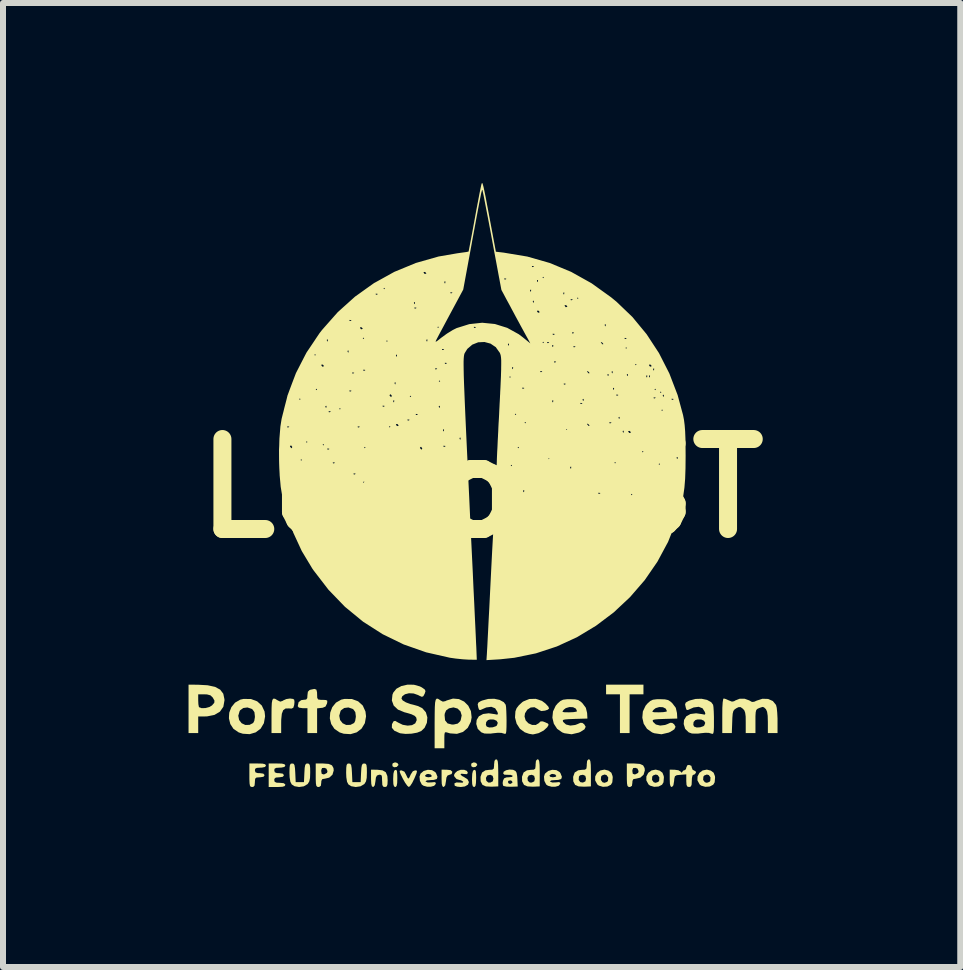
<source format=kicad_pcb>
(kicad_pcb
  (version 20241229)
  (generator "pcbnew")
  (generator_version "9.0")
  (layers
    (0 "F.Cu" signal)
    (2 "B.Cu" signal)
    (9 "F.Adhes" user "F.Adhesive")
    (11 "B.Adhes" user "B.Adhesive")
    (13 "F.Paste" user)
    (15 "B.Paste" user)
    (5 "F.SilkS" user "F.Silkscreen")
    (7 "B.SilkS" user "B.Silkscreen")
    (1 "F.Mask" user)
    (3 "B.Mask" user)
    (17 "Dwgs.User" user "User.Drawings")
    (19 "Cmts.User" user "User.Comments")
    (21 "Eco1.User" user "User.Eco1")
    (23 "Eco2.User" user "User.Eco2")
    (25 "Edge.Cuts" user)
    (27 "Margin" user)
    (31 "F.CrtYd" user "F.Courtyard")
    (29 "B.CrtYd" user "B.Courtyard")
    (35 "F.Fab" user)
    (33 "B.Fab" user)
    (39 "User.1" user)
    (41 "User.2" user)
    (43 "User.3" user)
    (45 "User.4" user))
  (footprint "LogoPST"
    (layer "F.Cu")
    (at 4.979 5.09)
    (property "Reference" "LogoPST" (at 0 0 0) (layer "F.SilkS") (effects (font (size 1.5 1.5) (thickness 0.3))))
    (attr board_only exclude_from_pos_files exclude_from_bom)
    (fp_poly (pts (xy -1.406 4.578) (xy -1.387 4.605) (xy -1.389 4.616) (xy -1.417 4.645) (xy -1.459 4.65) (xy -1.487 4.632) (xy -1.488 4.595) (xy -1.479 4.582) (xy -1.444 4.568)) (stroke (width 0) (type solid)) (fill yes) (layer "F.SilkS"))
    (fp_poly (pts (xy -0.092 4.578) (xy -0.074 4.605) (xy -0.075 4.616) (xy -0.103 4.645) (xy -0.145 4.65) (xy -0.173 4.632) (xy -0.174 4.595) (xy -0.165 4.582) (xy -0.13 4.568)) (stroke (width 0) (type solid)) (fill yes) (layer "F.SilkS"))
    (fp_poly (pts (xy -1.422 4.694) (xy -1.411 4.719) (xy -1.407 4.776) (xy -1.406 4.829) (xy -1.408 4.913) (xy -1.417 4.96) (xy -1.433 4.978) (xy -1.441 4.979) (xy -1.461 4.968) (xy -1.472 4.93) (xy -1.475 4.856) (xy -1.475 4.843) (xy -1.471 4.758) (xy -1.459 4.71) (xy -1.441 4.694)) (stroke (width 0) (type solid)) (fill yes) (layer "F.SilkS"))
    (fp_poly (pts (xy -0.108 4.694) (xy -0.097 4.719) (xy -0.093 4.776) (xy -0.092 4.829) (xy -0.095 4.913) (xy -0.103 4.96) (xy -0.119 4.978) (xy -0.127 4.979) (xy -0.147 4.968) (xy -0.158 4.93) (xy -0.161 4.856) (xy -0.161 4.843) (xy -0.157 4.758) (xy -0.145 4.71) (xy -0.127 4.694)) (stroke (width 0) (type solid)) (fill yes) (layer "F.SilkS"))
    (fp_poly (pts (xy 2.697 3.354) (xy 2.697 3.434) (xy 2.581 3.434) (xy 2.466 3.434) (xy 2.466 3.757) (xy 2.466 4.08) (xy 2.386 4.08) (xy 2.305 4.08) (xy 2.305 3.757) (xy 2.305 3.434) (xy 2.19 3.434) (xy 2.074 3.434) (xy 2.074 3.354) (xy 2.074 3.273) (xy 2.386 3.273) (xy 2.697 3.273)) (stroke (width 0) (type solid)) (fill yes) (layer "F.SilkS"))
    (fp_poly (pts (xy -0.582 4.691) (xy -0.518 4.698) (xy -0.491 4.722) (xy -0.489 4.729) (xy -0.501 4.763) (xy -0.535 4.775) (xy -0.569 4.788) (xy -0.587 4.821) (xy -0.595 4.881) (xy -0.607 4.951) (xy -0.63 4.978) (xy -0.635 4.979) (xy -0.654 4.967) (xy -0.665 4.927) (xy -0.668 4.85) (xy -0.668 4.835) (xy -0.668 4.69)) (stroke (width 0) (type solid)) (fill yes) (layer "F.SilkS"))
    (fp_poly (pts (xy -1.086 4.704) (xy -1.078 4.717) (xy -1.086 4.751) (xy -1.112 4.814) (xy -1.123 4.84) (xy -1.158 4.911) (xy -1.191 4.961) (xy -1.214 4.979) (xy -1.239 4.959) (xy -1.275 4.909) (xy -1.314 4.84) (xy -1.35 4.767) (xy -1.366 4.726) (xy -1.364 4.707) (xy -1.346 4.702) (xy -1.335 4.702) (xy -1.288 4.723) (xy -1.261 4.771) (xy -1.239 4.819) (xy -1.222 4.84) (xy -1.222 4.84) (xy -1.205 4.821) (xy -1.184 4.775) (xy -1.183 4.771) (xy -1.147 4.716) (xy -1.11 4.702)) (stroke (width 0) (type solid)) (fill yes) (layer "F.SilkS"))
    (fp_poly (pts (xy -3.143 3.511) (xy -3.125 3.524) (xy -3.12 3.56) (xy -3.125 3.612) (xy -3.14 3.658) (xy -3.17 3.672) (xy -3.21 3.669) (xy -3.268 3.67) (xy -3.308 3.698) (xy -3.331 3.758) (xy -3.341 3.855) (xy -3.342 3.911) (xy -3.342 4.08) (xy -3.423 4.08) (xy -3.503 4.08) (xy -3.503 3.792) (xy -3.502 3.664) (xy -3.498 3.577) (xy -3.488 3.526) (xy -3.47 3.505) (xy -3.443 3.509) (xy -3.403 3.533) (xy -3.398 3.536) (xy -3.357 3.556) (xy -3.319 3.544) (xy -3.308 3.536) (xy -3.256 3.513) (xy -3.195 3.504)) (stroke (width 0) (type solid)) (fill yes) (layer "F.SilkS"))
    (fp_poly (pts (xy -1.743 4.691) (xy -1.653 4.701) (xy -1.598 4.733) (xy -1.572 4.796) (xy -1.567 4.866) (xy -1.57 4.934) (xy -1.581 4.968) (xy -1.604 4.978) (xy -1.613 4.979) (xy -1.642 4.972) (xy -1.656 4.944) (xy -1.659 4.883) (xy -1.66 4.873) (xy -1.662 4.809) (xy -1.672 4.78) (xy -1.697 4.774) (xy -1.711 4.775) (xy -1.746 4.788) (xy -1.763 4.822) (xy -1.77 4.881) (xy -1.782 4.951) (xy -1.805 4.978) (xy -1.811 4.979) (xy -1.83 4.967) (xy -1.84 4.927) (xy -1.844 4.85) (xy -1.844 4.835) (xy -1.844 4.69)) (stroke (width 0) (type solid)) (fill yes) (layer "F.SilkS"))
    (fp_poly (pts (xy 2.114 4.706) (xy 2.162 4.741) (xy 2.182 4.796) (xy 2.185 4.82) (xy 2.178 4.901) (xy 2.155 4.941) (xy 2.096 4.971) (xy 2.022 4.976) (xy 1.954 4.956) (xy 1.928 4.936) (xy 1.892 4.869) (xy 1.892 4.861) (xy 1.987 4.861) (xy 2.015 4.9) (xy 2.048 4.909) (xy 2.091 4.894) (xy 2.106 4.875) (xy 2.11 4.819) (xy 2.081 4.78) (xy 2.048 4.771) (xy 2.005 4.787) (xy 1.991 4.806) (xy 1.987 4.861) (xy 1.892 4.861) (xy 1.893 4.802) (xy 1.924 4.743) (xy 1.979 4.703) (xy 2.048 4.689)) (stroke (width 0) (type solid)) (fill yes) (layer "F.SilkS"))
    (fp_poly (pts (xy 2.967 4.706) (xy 3.014 4.741) (xy 3.035 4.796) (xy 3.038 4.82) (xy 3.031 4.901) (xy 3.007 4.941) (xy 2.949 4.971) (xy 2.875 4.976) (xy 2.807 4.956) (xy 2.781 4.936) (xy 2.745 4.869) (xy 2.745 4.861) (xy 2.84 4.861) (xy 2.868 4.9) (xy 2.901 4.909) (xy 2.944 4.894) (xy 2.959 4.875) (xy 2.962 4.819) (xy 2.934 4.78) (xy 2.901 4.771) (xy 2.858 4.787) (xy 2.843 4.806) (xy 2.84 4.861) (xy 2.745 4.861) (xy 2.746 4.802) (xy 2.777 4.743) (xy 2.832 4.703) (xy 2.901 4.689)) (stroke (width 0) (type solid)) (fill yes) (layer "F.SilkS"))
    (fp_poly (pts (xy 3.82 4.706) (xy 3.867 4.741) (xy 3.888 4.796) (xy 3.891 4.82) (xy 3.884 4.901) (xy 3.86 4.941) (xy 3.802 4.971) (xy 3.728 4.976) (xy 3.659 4.956) (xy 3.634 4.936) (xy 3.597 4.869) (xy 3.597 4.861) (xy 3.692 4.861) (xy 3.721 4.9) (xy 3.754 4.909) (xy 3.797 4.894) (xy 3.811 4.875) (xy 3.815 4.819) (xy 3.787 4.78) (xy 3.754 4.771) (xy 3.711 4.787) (xy 3.696 4.806) (xy 3.692 4.861) (xy 3.597 4.861) (xy 3.599 4.802) (xy 3.63 4.743) (xy 3.684 4.703) (xy 3.754 4.689)) (stroke (width 0) (type solid)) (fill yes) (layer "F.SilkS"))
    (fp_poly (pts (xy -2.879 4.592) (xy -2.865 4.613) (xy -2.859 4.662) (xy -2.858 4.737) (xy -2.861 4.827) (xy -2.873 4.885) (xy -2.897 4.925) (xy -2.904 4.932) (xy -2.966 4.968) (xy -3.044 4.979) (xy -3.119 4.966) (xy -3.166 4.936) (xy -3.189 4.892) (xy -3.201 4.817) (xy -3.204 4.741) (xy -3.202 4.658) (xy -3.196 4.612) (xy -3.182 4.591) (xy -3.159 4.587) (xy -3.134 4.592) (xy -3.12 4.615) (xy -3.112 4.665) (xy -3.107 4.742) (xy -3.1 4.898) (xy -3.031 4.898) (xy -2.962 4.898) (xy -2.955 4.742) (xy -2.95 4.659) (xy -2.941 4.612) (xy -2.926 4.591) (xy -2.903 4.587)) (stroke (width 0) (type solid)) (fill yes) (layer "F.SilkS"))
    (fp_poly (pts (xy -1.934 4.592) (xy -1.92 4.613) (xy -1.914 4.662) (xy -1.913 4.737) (xy -1.916 4.827) (xy -1.928 4.885) (xy -1.952 4.925) (xy -1.959 4.932) (xy -2.021 4.968) (xy -2.099 4.979) (xy -2.174 4.966) (xy -2.221 4.936) (xy -2.244 4.892) (xy -2.256 4.817) (xy -2.259 4.741) (xy -2.257 4.658) (xy -2.251 4.612) (xy -2.237 4.591) (xy -2.214 4.587) (xy -2.189 4.592) (xy -2.175 4.615) (xy -2.167 4.665) (xy -2.162 4.742) (xy -2.155 4.898) (xy -2.086 4.898) (xy -2.017 4.898) (xy -2.01 4.742) (xy -2.005 4.659) (xy -1.996 4.612) (xy -1.981 4.591) (xy -1.958 4.587)) (stroke (width 0) (type solid)) (fill yes) (layer "F.SilkS"))
    (fp_poly (pts (xy -0.291 4.692) (xy -0.246 4.711) (xy -0.23 4.742) (xy -0.244 4.765) (xy -0.285 4.763) (xy -0.338 4.757) (xy -0.353 4.771) (xy -0.325 4.797) (xy -0.3 4.809) (xy -0.235 4.851) (xy -0.212 4.897) (xy -0.228 4.94) (xy -0.28 4.97) (xy -0.347 4.979) (xy -0.408 4.973) (xy -0.446 4.959) (xy -0.449 4.956) (xy -0.455 4.92) (xy -0.422 4.903) (xy -0.367 4.905) (xy -0.317 4.907) (xy -0.307 4.893) (xy -0.309 4.889) (xy -0.344 4.867) (xy -0.366 4.863) (xy -0.419 4.846) (xy -0.455 4.804) (xy -0.461 4.779) (xy -0.443 4.746) (xy -0.406 4.713) (xy -0.349 4.692)) (stroke (width 0) (type solid)) (fill yes) (layer "F.SilkS"))
    (fp_poly (pts (xy -3.654 4.589) (xy -3.611 4.599) (xy -3.596 4.617) (xy -3.596 4.621) (xy -3.611 4.645) (xy -3.661 4.655) (xy -3.688 4.656) (xy -3.748 4.66) (xy -3.775 4.675) (xy -3.78 4.702) (xy -3.771 4.734) (xy -3.736 4.747) (xy -3.699 4.748) (xy -3.64 4.756) (xy -3.619 4.78) (xy -3.619 4.783) (xy -3.636 4.808) (xy -3.692 4.817) (xy -3.699 4.817) (xy -3.753 4.821) (xy -3.776 4.841) (xy -3.78 4.892) (xy -3.78 4.898) (xy -3.785 4.954) (xy -3.805 4.976) (xy -3.826 4.979) (xy -3.849 4.975) (xy -3.862 4.958) (xy -3.869 4.919) (xy -3.872 4.848) (xy -3.872 4.783) (xy -3.872 4.587) (xy -3.734 4.587)) (stroke (width 0) (type solid)) (fill yes) (layer "F.SilkS"))
    (fp_poly (pts (xy -2.551 4.594) (xy -2.495 4.618) (xy -2.47 4.663) (xy -2.466 4.703) (xy -2.487 4.774) (xy -2.541 4.823) (xy -2.612 4.84) (xy -2.656 4.847) (xy -2.672 4.877) (xy -2.674 4.909) (xy -2.681 4.96) (xy -2.708 4.978) (xy -2.72 4.979) (xy -2.742 4.975) (xy -2.756 4.958) (xy -2.763 4.919) (xy -2.766 4.848) (xy -2.766 4.783) (xy -2.766 4.714) (xy -2.674 4.714) (xy -2.667 4.758) (xy -2.638 4.769) (xy -2.622 4.767) (xy -2.578 4.744) (xy -2.57 4.714) (xy -2.589 4.672) (xy -2.622 4.66) (xy -2.66 4.663) (xy -2.673 4.695) (xy -2.674 4.714) (xy -2.766 4.714) (xy -2.766 4.587) (xy -2.644 4.587)) (stroke (width 0) (type solid)) (fill yes) (layer "F.SilkS"))
    (fp_poly (pts (xy 2.635 4.594) (xy 2.691 4.618) (xy 2.716 4.663) (xy 2.72 4.703) (xy 2.699 4.774) (xy 2.645 4.823) (xy 2.574 4.84) (xy 2.53 4.847) (xy 2.514 4.877) (xy 2.512 4.909) (xy 2.505 4.96) (xy 2.478 4.978) (xy 2.466 4.979) (xy 2.444 4.975) (xy 2.43 4.958) (xy 2.423 4.919) (xy 2.42 4.848) (xy 2.42 4.783) (xy 2.42 4.714) (xy 2.512 4.714) (xy 2.519 4.758) (xy 2.548 4.769) (xy 2.564 4.767) (xy 2.608 4.744) (xy 2.616 4.714) (xy 2.597 4.672) (xy 2.564 4.66) (xy 2.526 4.663) (xy 2.513 4.695) (xy 2.512 4.714) (xy 2.42 4.714) (xy 2.42 4.587) (xy 2.542 4.587)) (stroke (width 0) (type solid)) (fill yes) (layer "F.SilkS"))
    (fp_poly (pts (xy -2.755 3.356) (xy -2.744 3.4) (xy -2.743 3.434) (xy -2.741 3.493) (xy -2.725 3.52) (xy -2.683 3.526) (xy -2.653 3.526) (xy -2.595 3.529) (xy -2.573 3.541) (xy -2.575 3.574) (xy -2.579 3.59) (xy -2.603 3.638) (xy -2.65 3.658) (xy -2.669 3.66) (xy -2.743 3.668) (xy -2.743 3.874) (xy -2.743 4.08) (xy -2.824 4.08) (xy -2.904 4.08) (xy -2.904 3.872) (xy -2.904 3.665) (xy -2.985 3.665) (xy -3.046 3.656) (xy -3.066 3.632) (xy -3.051 3.564) (xy -3.007 3.531) (xy -2.971 3.526) (xy -2.925 3.521) (xy -2.907 3.497) (xy -2.904 3.449) (xy -2.897 3.391) (xy -2.869 3.363) (xy -2.852 3.357) (xy -2.788 3.344)) (stroke (width 0) (type solid)) (fill yes) (layer "F.SilkS"))
    (fp_poly (pts (xy 0.258 4.525) (xy 0.269 4.554) (xy 0.274 4.61) (xy 0.276 4.702) (xy 0.277 4.743) (xy 0.277 4.969) (xy 0.163 4.974) (xy 0.071 4.969) (xy 0.016 4.945) (xy 0.013 4.942) (xy -0.017 4.884) (xy -0.019 4.827) (xy 0.071 4.827) (xy 0.078 4.876) (xy 0.11 4.904) (xy 0.144 4.905) (xy 0.185 4.885) (xy 0.196 4.84) (xy 0.183 4.793) (xy 0.144 4.775) (xy 0.095 4.786) (xy 0.071 4.827) (xy -0.019 4.827) (xy -0.019 4.809) (xy 0.006 4.74) (xy 0.009 4.736) (xy 0.063 4.701) (xy 0.124 4.693) (xy 0.178 4.69) (xy 0.202 4.672) (xy 0.207 4.626) (xy 0.207 4.605) (xy 0.214 4.543) (xy 0.234 4.519) (xy 0.242 4.518)) (stroke (width 0) (type solid)) (fill yes) (layer "F.SilkS"))
    (fp_poly (pts (xy 0.95 4.525) (xy 0.96 4.554) (xy 0.966 4.61) (xy 0.968 4.702) (xy 0.968 4.743) (xy 0.968 4.969) (xy 0.854 4.974) (xy 0.763 4.969) (xy 0.708 4.945) (xy 0.705 4.942) (xy 0.674 4.884) (xy 0.673 4.827) (xy 0.763 4.827) (xy 0.77 4.876) (xy 0.802 4.904) (xy 0.835 4.905) (xy 0.877 4.885) (xy 0.887 4.84) (xy 0.875 4.793) (xy 0.835 4.775) (xy 0.786 4.786) (xy 0.763 4.827) (xy 0.673 4.827) (xy 0.672 4.809) (xy 0.698 4.74) (xy 0.7 4.736) (xy 0.755 4.701) (xy 0.816 4.693) (xy 0.87 4.69) (xy 0.893 4.672) (xy 0.899 4.626) (xy 0.899 4.605) (xy 0.905 4.543) (xy 0.926 4.519) (xy 0.933 4.518)) (stroke (width 0) (type solid)) (fill yes) (layer "F.SilkS"))
    (fp_poly (pts (xy 1.803 4.525) (xy 1.813 4.554) (xy 1.819 4.61) (xy 1.821 4.702) (xy 1.821 4.743) (xy 1.821 4.969) (xy 1.707 4.974) (xy 1.615 4.969) (xy 1.56 4.945) (xy 1.557 4.942) (xy 1.527 4.884) (xy 1.527 4.861) (xy 1.617 4.861) (xy 1.645 4.898) (xy 1.688 4.905) (xy 1.729 4.885) (xy 1.74 4.84) (xy 1.728 4.793) (xy 1.688 4.775) (xy 1.64 4.784) (xy 1.622 4.804) (xy 1.617 4.861) (xy 1.527 4.861) (xy 1.525 4.809) (xy 1.55 4.74) (xy 1.553 4.736) (xy 1.608 4.701) (xy 1.668 4.693) (xy 1.723 4.69) (xy 1.746 4.672) (xy 1.752 4.626) (xy 1.752 4.605) (xy 1.758 4.543) (xy 1.779 4.519) (xy 1.786 4.518)) (stroke (width 0) (type solid)) (fill yes) (layer "F.SilkS"))
    (fp_poly (pts (xy -3.331 4.589) (xy -3.288 4.599) (xy -3.273 4.617) (xy -3.273 4.621) (xy -3.288 4.645) (xy -3.339 4.655) (xy -3.365 4.656) (xy -3.425 4.66) (xy -3.452 4.675) (xy -3.457 4.702) (xy -3.448 4.734) (xy -3.413 4.747) (xy -3.377 4.748) (xy -3.317 4.756) (xy -3.296 4.78) (xy -3.296 4.783) (xy -3.314 4.808) (xy -3.369 4.817) (xy -3.377 4.817) (xy -3.432 4.822) (xy -3.455 4.843) (xy -3.457 4.863) (xy -3.45 4.893) (xy -3.418 4.907) (xy -3.365 4.909) (xy -3.301 4.915) (xy -3.275 4.934) (xy -3.273 4.944) (xy -3.284 4.964) (xy -3.321 4.975) (xy -3.395 4.979) (xy -3.411 4.979) (xy -3.55 4.979) (xy -3.55 4.783) (xy -3.55 4.587) (xy -3.411 4.587)) (stroke (width 0) (type solid)) (fill yes) (layer "F.SilkS"))
    (fp_poly (pts (xy 0.521 4.692) (xy 0.53 4.695) (xy 0.564 4.712) (xy 0.582 4.741) (xy 0.592 4.797) (xy 0.595 4.843) (xy 0.601 4.971) (xy 0.487 4.975) (xy 0.417 4.973) (xy 0.369 4.963) (xy 0.357 4.955) (xy 0.35 4.915) (xy 0.352 4.898) (xy 0.438 4.898) (xy 0.454 4.924) (xy 0.486 4.926) (xy 0.512 4.905) (xy 0.514 4.898) (xy 0.499 4.875) (xy 0.478 4.868) (xy 0.444 4.877) (xy 0.438 4.898) (xy 0.352 4.898) (xy 0.356 4.874) (xy 0.374 4.835) (xy 0.413 4.819) (xy 0.451 4.817) (xy 0.506 4.811) (xy 0.518 4.794) (xy 0.517 4.792) (xy 0.485 4.777) (xy 0.436 4.776) (xy 0.38 4.774) (xy 0.359 4.755) (xy 0.367 4.724) (xy 0.407 4.7) (xy 0.463 4.688)) (stroke (width 0) (type solid)) (fill yes) (layer "F.SilkS"))
    (fp_poly (pts (xy -4.731 3.274) (xy -4.568 3.283) (xy -4.444 3.31) (xy -4.359 3.356) (xy -4.307 3.424) (xy -4.288 3.515) (xy -4.287 3.534) (xy -4.306 3.642) (xy -4.363 3.723) (xy -4.454 3.777) (xy -4.578 3.802) (xy -4.621 3.803) (xy -4.725 3.803) (xy -4.725 3.941) (xy -4.725 4.08) (xy -4.806 4.08) (xy -4.886 4.08) (xy -4.886 3.676) (xy -4.886 3.434) (xy -4.725 3.434) (xy -4.725 3.534) (xy -4.722 3.599) (xy -4.714 3.642) (xy -4.71 3.649) (xy -4.667 3.665) (xy -4.603 3.663) (xy -4.537 3.645) (xy -4.495 3.619) (xy -4.457 3.575) (xy -4.454 3.539) (xy -4.482 3.489) (xy -4.484 3.486) (xy -4.521 3.451) (xy -4.577 3.436) (xy -4.623 3.434) (xy -4.725 3.434) (xy -4.886 3.434) (xy -4.886 3.273)) (stroke (width 0) (type solid)) (fill yes) (layer "F.SilkS"))
    (fp_poly (pts (xy -3.846 3.512) (xy -3.742 3.551) (xy -3.665 3.621) (xy -3.619 3.72) (xy -3.61 3.801) (xy -3.63 3.915) (xy -3.684 4.006) (xy -3.766 4.068) (xy -3.867 4.098) (xy -3.981 4.091) (xy -4.05 4.069) (xy -4.137 4.01) (xy -4.19 3.929) (xy -4.213 3.835) (xy -4.211 3.791) (xy -4.057 3.791) (xy -4.043 3.862) (xy -4.001 3.916) (xy -3.94 3.945) (xy -3.869 3.943) (xy -3.809 3.912) (xy -3.79 3.876) (xy -3.78 3.815) (xy -3.78 3.801) (xy -3.788 3.731) (xy -3.819 3.687) (xy -3.835 3.676) (xy -3.904 3.653) (xy -3.973 3.662) (xy -4.026 3.7) (xy -4.034 3.712) (xy -4.057 3.791) (xy -4.211 3.791) (xy -4.207 3.738) (xy -4.172 3.648) (xy -4.111 3.573) (xy -4.024 3.523) (xy -3.971 3.511)) (stroke (width 0) (type solid)) (fill yes) (layer "F.SilkS"))
    (fp_poly (pts (xy -2.163 3.512) (xy -2.059 3.551) (xy -1.982 3.621) (xy -1.937 3.72) (xy -1.927 3.801) (xy -1.947 3.915) (xy -2.002 4.006) (xy -2.083 4.068) (xy -2.185 4.098) (xy -2.299 4.091) (xy -2.368 4.069) (xy -2.454 4.01) (xy -2.508 3.929) (xy -2.531 3.835) (xy -2.528 3.791) (xy -2.374 3.791) (xy -2.36 3.862) (xy -2.318 3.916) (xy -2.258 3.945) (xy -2.187 3.943) (xy -2.126 3.912) (xy -2.108 3.876) (xy -2.098 3.815) (xy -2.097 3.801) (xy -2.106 3.731) (xy -2.137 3.687) (xy -2.153 3.676) (xy -2.221 3.653) (xy -2.291 3.662) (xy -2.344 3.7) (xy -2.352 3.712) (xy -2.374 3.791) (xy -2.528 3.791) (xy -2.524 3.738) (xy -2.49 3.648) (xy -2.429 3.573) (xy -2.342 3.523) (xy -2.288 3.511)) (stroke (width 0) (type solid)) (fill yes) (layer "F.SilkS"))
    (fp_poly (pts (xy -0.827 4.698) (xy -0.772 4.732) (xy -0.76 4.749) (xy -0.736 4.81) (xy -0.748 4.846) (xy -0.799 4.861) (xy -0.843 4.863) (xy -0.91 4.868) (xy -0.934 4.881) (xy -0.932 4.889) (xy -0.899 4.904) (xy -0.838 4.902) (xy -0.837 4.902) (xy -0.784 4.897) (xy -0.765 4.908) (xy -0.765 4.928) (xy -0.792 4.959) (xy -0.845 4.974) (xy -0.91 4.974) (xy -0.969 4.958) (xy -0.998 4.938) (xy -1.029 4.877) (xy -1.036 4.806) (xy -1.029 4.787) (xy -0.944 4.787) (xy -0.933 4.808) (xy -0.889 4.817) (xy -0.887 4.817) (xy -0.844 4.81) (xy -0.83 4.796) (xy -0.849 4.77) (xy -0.891 4.761) (xy -0.916 4.765) (xy -0.944 4.787) (xy -1.029 4.787) (xy -1.02 4.757) (xy -0.967 4.712) (xy -0.897 4.692)) (stroke (width 0) (type solid)) (fill yes) (layer "F.SilkS"))
    (fp_poly (pts (xy 1.247 4.698) (xy 1.302 4.732) (xy 1.314 4.749) (xy 1.338 4.81) (xy 1.326 4.846) (xy 1.276 4.861) (xy 1.232 4.863) (xy 1.164 4.868) (xy 1.14 4.881) (xy 1.142 4.889) (xy 1.176 4.904) (xy 1.237 4.902) (xy 1.238 4.902) (xy 1.29 4.897) (xy 1.31 4.908) (xy 1.309 4.928) (xy 1.283 4.959) (xy 1.229 4.974) (xy 1.164 4.974) (xy 1.105 4.958) (xy 1.076 4.938) (xy 1.045 4.877) (xy 1.039 4.806) (xy 1.045 4.787) (xy 1.13 4.787) (xy 1.141 4.808) (xy 1.186 4.817) (xy 1.187 4.817) (xy 1.23 4.81) (xy 1.245 4.796) (xy 1.226 4.77) (xy 1.183 4.761) (xy 1.158 4.765) (xy 1.13 4.787) (xy 1.045 4.787) (xy 1.055 4.757) (xy 1.108 4.712) (xy 1.177 4.692)) (stroke (width 0) (type solid)) (fill yes) (layer "F.SilkS"))
    (fp_poly (pts (xy 1.004 3.543) (xy 1.061 3.585) (xy 1.111 3.638) (xy 1.124 3.67) (xy 1.101 3.691) (xy 1.056 3.706) (xy 0.995 3.713) (xy 0.951 3.693) (xy 0.938 3.681) (xy 0.88 3.649) (xy 0.817 3.654) (xy 0.761 3.69) (xy 0.723 3.75) (xy 0.715 3.804) (xy 0.733 3.868) (xy 0.779 3.917) (xy 0.84 3.944) (xy 0.902 3.945) (xy 0.954 3.914) (xy 0.958 3.909) (xy 0.983 3.885) (xy 1.018 3.885) (xy 1.058 3.9) (xy 1.106 3.922) (xy 1.116 3.943) (xy 1.096 3.978) (xy 1.092 3.984) (xy 1.033 4.038) (xy 0.95 4.081) (xy 0.864 4.101) (xy 0.848 4.102) (xy 0.79 4.092) (xy 0.723 4.069) (xy 0.721 4.069) (xy 0.639 4.01) (xy 0.583 3.923) (xy 0.556 3.821) (xy 0.563 3.717) (xy 0.583 3.665) (xy 0.621 3.616) (xy 0.678 3.564) (xy 0.692 3.554) (xy 0.792 3.512) (xy 0.901 3.509)) (stroke (width 0) (type solid)) (fill yes) (layer "F.SilkS"))
    (fp_poly (pts (xy 3.496 4.626) (xy 3.503 4.656) (xy 3.518 4.693) (xy 3.538 4.702) (xy 3.569 4.72) (xy 3.573 4.737) (xy 3.554 4.767) (xy 3.538 4.771) (xy 3.515 4.785) (xy 3.505 4.831) (xy 3.503 4.875) (xy 3.5 4.94) (xy 3.488 4.97) (xy 3.461 4.979) (xy 3.457 4.979) (xy 3.429 4.972) (xy 3.415 4.944) (xy 3.411 4.883) (xy 3.411 4.874) (xy 3.411 4.768) (xy 3.313 4.776) (xy 3.252 4.782) (xy 3.222 4.8) (xy 3.211 4.842) (xy 3.208 4.881) (xy 3.196 4.951) (xy 3.173 4.978) (xy 3.168 4.979) (xy 3.149 4.967) (xy 3.138 4.927) (xy 3.135 4.85) (xy 3.135 4.835) (xy 3.135 4.69) (xy 3.216 4.691) (xy 3.28 4.7) (xy 3.319 4.724) (xy 3.32 4.725) (xy 3.338 4.744) (xy 3.342 4.731) (xy 3.361 4.705) (xy 3.377 4.702) (xy 3.405 4.683) (xy 3.411 4.656) (xy 3.428 4.617) (xy 3.457 4.61)) (stroke (width 0) (type solid)) (fill yes) (layer "F.SilkS"))
    (fp_poly (pts (xy -0.38 3.513) (xy -0.292 3.555) (xy -0.223 3.624) (xy -0.179 3.714) (xy -0.167 3.818) (xy -0.18 3.891) (xy -0.232 3.993) (xy -0.311 4.061) (xy -0.412 4.093) (xy -0.527 4.085) (xy -0.57 4.072) (xy -0.599 4.065) (xy -0.615 4.074) (xy -0.621 4.109) (xy -0.622 4.181) (xy -0.622 4.193) (xy -0.622 4.333) (xy -0.703 4.333) (xy -0.784 4.333) (xy -0.784 3.918) (xy -0.783 3.783) (xy -0.618 3.783) (xy -0.61 3.867) (xy -0.568 3.919) (xy -0.495 3.938) (xy -0.464 3.937) (xy -0.399 3.922) (xy -0.36 3.885) (xy -0.349 3.864) (xy -0.333 3.786) (xy -0.353 3.719) (xy -0.402 3.671) (xy -0.47 3.652) (xy -0.545 3.668) (xy -0.593 3.703) (xy -0.615 3.756) (xy -0.618 3.783) (xy -0.783 3.783) (xy -0.783 3.763) (xy -0.781 3.65) (xy -0.776 3.572) (xy -0.766 3.526) (xy -0.75 3.506) (xy -0.728 3.508) (xy -0.698 3.527) (xy -0.684 3.537) (xy -0.647 3.556) (xy -0.606 3.548) (xy -0.581 3.536) (xy -0.478 3.505)) (stroke (width 0) (type solid)) (fill yes) (layer "F.SilkS"))
    (fp_poly (pts (xy 1.557 3.518) (xy 1.611 3.53) (xy 1.654 3.558) (xy 1.682 3.585) (xy 1.737 3.659) (xy 1.758 3.746) (xy 1.763 3.838) (xy 1.55 3.844) (xy 1.45 3.848) (xy 1.389 3.853) (xy 1.359 3.861) (xy 1.352 3.874) (xy 1.359 3.894) (xy 1.406 3.937) (xy 1.478 3.955) (xy 1.559 3.945) (xy 1.594 3.932) (xy 1.646 3.909) (xy 1.678 3.91) (xy 1.709 3.933) (xy 1.734 3.975) (xy 1.714 4.017) (xy 1.649 4.059) (xy 1.62 4.072) (xy 1.5 4.1) (xy 1.381 4.083) (xy 1.343 4.069) (xy 1.258 4.009) (xy 1.203 3.924) (xy 1.179 3.824) (xy 1.189 3.721) (xy 1.192 3.714) (xy 1.35 3.714) (xy 1.351 3.728) (xy 1.383 3.733) (xy 1.453 3.734) (xy 1.46 3.734) (xy 1.531 3.731) (xy 1.578 3.723) (xy 1.59 3.715) (xy 1.571 3.673) (xy 1.524 3.649) (xy 1.463 3.646) (xy 1.403 3.664) (xy 1.371 3.688) (xy 1.35 3.714) (xy 1.192 3.714) (xy 1.234 3.625) (xy 1.265 3.588) (xy 1.312 3.546) (xy 1.357 3.524) (xy 1.418 3.516) (xy 1.475 3.515)) (stroke (width 0) (type solid)) (fill yes) (layer "F.SilkS"))
    (fp_poly (pts (xy 3.055 3.518) (xy 3.109 3.53) (xy 3.152 3.558) (xy 3.18 3.585) (xy 3.236 3.659) (xy 3.256 3.746) (xy 3.261 3.838) (xy 3.048 3.844) (xy 2.948 3.848) (xy 2.887 3.853) (xy 2.857 3.861) (xy 2.85 3.874) (xy 2.858 3.894) (xy 2.904 3.937) (xy 2.976 3.955) (xy 3.057 3.945) (xy 3.092 3.932) (xy 3.144 3.909) (xy 3.176 3.91) (xy 3.208 3.933) (xy 3.232 3.975) (xy 3.212 4.017) (xy 3.147 4.059) (xy 3.118 4.072) (xy 2.998 4.1) (xy 2.879 4.083) (xy 2.841 4.069) (xy 2.756 4.009) (xy 2.701 3.924) (xy 2.678 3.824) (xy 2.687 3.721) (xy 2.69 3.714) (xy 2.848 3.714) (xy 2.849 3.728) (xy 2.881 3.733) (xy 2.951 3.734) (xy 2.958 3.734) (xy 3.029 3.731) (xy 3.076 3.723) (xy 3.089 3.715) (xy 3.069 3.673) (xy 3.022 3.649) (xy 2.961 3.646) (xy 2.901 3.664) (xy 2.87 3.688) (xy 2.848 3.714) (xy 2.69 3.714) (xy 2.732 3.625) (xy 2.763 3.588) (xy 2.81 3.546) (xy 2.855 3.524) (xy 2.916 3.516) (xy 2.973 3.515)) (stroke (width 0) (type solid)) (fill yes) (layer "F.SilkS"))
    (fp_poly (pts (xy 0.299 3.527) (xy 0.369 3.565) (xy 0.401 3.608) (xy 0.407 3.646) (xy 0.411 3.719) (xy 0.414 3.813) (xy 0.415 3.877) (xy 0.414 3.981) (xy 0.411 4.047) (xy 0.405 4.083) (xy 0.393 4.094) (xy 0.375 4.09) (xy 0.375 4.09) (xy 0.33 4.077) (xy 0.271 4.075) (xy 0.185 4.084) (xy 0.15 4.089) (xy 0.049 4.088) (xy -0.005 4.068) (xy -0.065 4.01) (xy -0.085 3.943) (xy 0.07 3.943) (xy 0.085 3.972) (xy 0.126 3.987) (xy 0.185 3.984) (xy 0.237 3.966) (xy 0.254 3.953) (xy 0.269 3.91) (xy 0.249 3.875) (xy 0.203 3.854) (xy 0.141 3.853) (xy 0.106 3.863) (xy 0.076 3.895) (xy 0.07 3.943) (xy -0.085 3.943) (xy -0.09 3.929) (xy -0.083 3.861) (xy -0.046 3.8) (xy 0.024 3.762) (xy 0.117 3.75) (xy 0.215 3.764) (xy 0.26 3.773) (xy 0.271 3.76) (xy 0.264 3.729) (xy 0.225 3.667) (xy 0.161 3.642) (xy 0.077 3.653) (xy 0.024 3.676) (xy -0.021 3.696) (xy -0.043 3.691) (xy -0.055 3.658) (xy -0.066 3.603) (xy -0.055 3.572) (xy -0.014 3.547) (xy 0.011 3.537) (xy 0.108 3.511) (xy 0.209 3.508)) (stroke (width 0) (type solid)) (fill yes) (layer "F.SilkS"))
    (fp_poly (pts (xy 3.757 3.527) (xy 3.826 3.565) (xy 3.858 3.608) (xy 3.864 3.646) (xy 3.869 3.719) (xy 3.872 3.813) (xy 3.872 3.877) (xy 3.872 3.981) (xy 3.869 4.047) (xy 3.862 4.083) (xy 3.85 4.094) (xy 3.832 4.09) (xy 3.832 4.09) (xy 3.787 4.077) (xy 3.729 4.075) (xy 3.642 4.084) (xy 3.607 4.089) (xy 3.506 4.088) (xy 3.452 4.068) (xy 3.392 4.01) (xy 3.372 3.943) (xy 3.528 3.943) (xy 3.542 3.972) (xy 3.583 3.987) (xy 3.642 3.984) (xy 3.695 3.966) (xy 3.711 3.953) (xy 3.727 3.91) (xy 3.706 3.875) (xy 3.66 3.854) (xy 3.598 3.853) (xy 3.563 3.863) (xy 3.533 3.895) (xy 3.528 3.943) (xy 3.372 3.943) (xy 3.368 3.929) (xy 3.374 3.861) (xy 3.412 3.8) (xy 3.481 3.762) (xy 3.575 3.75) (xy 3.672 3.764) (xy 3.717 3.773) (xy 3.729 3.76) (xy 3.721 3.729) (xy 3.682 3.667) (xy 3.618 3.642) (xy 3.534 3.653) (xy 3.482 3.676) (xy 3.436 3.696) (xy 3.414 3.691) (xy 3.403 3.658) (xy 3.391 3.603) (xy 3.402 3.572) (xy 3.444 3.547) (xy 3.468 3.537) (xy 3.566 3.511) (xy 3.666 3.508)) (stroke (width 0) (type solid)) (fill yes) (layer "F.SilkS"))
    (fp_poly (pts (xy -1.13 3.274) (xy -1.03 3.302) (xy -0.997 3.319) (xy -0.95 3.352) (xy -0.936 3.38) (xy -0.948 3.419) (xy -0.949 3.422) (xy -0.972 3.465) (xy -0.996 3.476) (xy -1.038 3.458) (xy -1.06 3.446) (xy -1.134 3.42) (xy -1.211 3.416) (xy -1.278 3.433) (xy -1.324 3.467) (xy -1.337 3.505) (xy -1.316 3.536) (xy -1.263 3.568) (xy -1.189 3.596) (xy -1.142 3.607) (xy -1.064 3.629) (xy -0.994 3.663) (xy -0.987 3.668) (xy -0.93 3.734) (xy -0.905 3.819) (xy -0.913 3.909) (xy -0.951 3.992) (xy -1.007 4.046) (xy -1.075 4.073) (xy -1.169 4.09) (xy -1.269 4.094) (xy -1.355 4.084) (xy -1.368 4.08) (xy -1.455 4.041) (xy -1.497 3.991) (xy -1.495 3.933) (xy -1.493 3.928) (xy -1.468 3.883) (xy -1.44 3.877) (xy -1.394 3.904) (xy -1.316 3.942) (xy -1.234 3.956) (xy -1.161 3.948) (xy -1.107 3.918) (xy -1.084 3.868) (xy -1.083 3.861) (xy -1.09 3.822) (xy -1.116 3.793) (xy -1.169 3.767) (xy -1.257 3.741) (xy -1.288 3.733) (xy -1.395 3.689) (xy -1.466 3.622) (xy -1.497 3.537) (xy -1.487 3.44) (xy -1.473 3.405) (xy -1.421 3.341) (xy -1.338 3.296) (xy -1.237 3.273)) (stroke (width 0) (type solid)) (fill yes) (layer "F.SilkS"))
    (fp_poly (pts (xy 4.071 3.513) (xy 4.122 3.536) (xy 4.172 3.556) (xy 4.208 3.549) (xy 4.229 3.536) (xy 4.3 3.508) (xy 4.385 3.508) (xy 4.462 3.536) (xy 4.466 3.539) (xy 4.506 3.561) (xy 4.543 3.558) (xy 4.585 3.539) (xy 4.681 3.508) (xy 4.775 3.511) (xy 4.854 3.546) (xy 4.906 3.61) (xy 4.907 3.611) (xy 4.919 3.659) (xy 4.927 3.739) (xy 4.932 3.836) (xy 4.932 3.873) (xy 4.932 4.08) (xy 4.852 4.08) (xy 4.771 4.08) (xy 4.771 3.897) (xy 4.768 3.792) (xy 4.758 3.724) (xy 4.74 3.684) (xy 4.735 3.678) (xy 4.706 3.651) (xy 4.682 3.644) (xy 4.642 3.657) (xy 4.623 3.664) (xy 4.594 3.678) (xy 4.577 3.697) (xy 4.568 3.734) (xy 4.564 3.798) (xy 4.564 3.883) (xy 4.564 4.08) (xy 4.483 4.08) (xy 4.402 4.08) (xy 4.402 3.899) (xy 4.401 3.803) (xy 4.393 3.742) (xy 4.379 3.703) (xy 4.355 3.675) (xy 4.316 3.647) (xy 4.282 3.648) (xy 4.245 3.666) (xy 4.215 3.687) (xy 4.196 3.712) (xy 4.185 3.755) (xy 4.179 3.826) (xy 4.177 3.89) (xy 4.17 4.08) (xy 4.09 4.08) (xy 4.011 4.08) (xy 4.011 3.792) (xy 4.012 3.658) (xy 4.018 3.565) (xy 4.027 3.513) (xy 4.035 3.503)) (stroke (width 0) (type solid)) (fill yes) (layer "F.SilkS"))
    (fp_poly (pts (xy 0.014 -5.083) (xy 0.021 -5.061) (xy 0.032 -5.02) (xy 0.046 -4.954) (xy 0.065 -4.862) (xy 0.088 -4.739) (xy 0.118 -4.581) (xy 0.155 -4.384) (xy 0.187 -4.213) (xy 0.237 -3.944) (xy 0.366 -3.929) (xy 0.762 -3.863) (xy 1.136 -3.756) (xy 1.492 -3.608) (xy 1.832 -3.418) (xy 2.158 -3.184) (xy 2.248 -3.11) (xy 2.512 -2.857) (xy 2.749 -2.57) (xy 2.956 -2.254) (xy 3.129 -1.914) (xy 3.267 -1.554) (xy 3.357 -1.222) (xy 3.373 -1.14) (xy 3.384 -1.052) (xy 3.392 -0.951) (xy 3.397 -0.827) (xy 3.399 -0.672) (xy 3.4 -0.542) (xy 3.398 -0.333) (xy 3.392 -0.16) (xy 3.38 -0.012) (xy 3.361 0.123) (xy 3.333 0.255) (xy 3.294 0.394) (xy 3.247 0.542) (xy 3.108 0.892) (xy 2.93 1.223) (xy 2.718 1.531) (xy 2.474 1.813) (xy 2.202 2.068) (xy 1.906 2.291) (xy 1.589 2.482) (xy 1.254 2.636) (xy 0.905 2.751) (xy 0.544 2.825) (xy 0.311 2.85) (xy 0.08 2.864) (xy 0.087 2.763) (xy 0.089 2.722) (xy 0.094 2.639) (xy 0.1 2.519) (xy 0.108 2.366) (xy 0.117 2.186) (xy 0.128 1.982) (xy 0.139 1.758) (xy 0.151 1.52) (xy 0.16 1.339) (xy 0.176 1.028) (xy 0.191 0.762) (xy 0.204 0.538) (xy 0.215 0.355) (xy 0.226 0.212) (xy 0.235 0.107) (xy 0.236 0.104) (xy 2.489 0.104) (xy 2.501 0.115) (xy 2.512 0.104) (xy 2.501 0.092) (xy 2.489 0.104) (xy 0.236 0.104) (xy 0.24 0.069) (xy 1.245 0.069) (xy 1.253 0.088) (xy 1.26 0.085) (xy 1.261 0.077) (xy 1.944 0.077) (xy 1.947 0.091) (xy 1.959 0.092) (xy 1.978 0.084) (xy 1.975 0.077) (xy 1.947 0.074) (xy 1.944 0.077) (xy 1.261 0.077) (xy 1.263 0.057) (xy 1.26 0.054) (xy 1.246 0.057) (xy 1.245 0.069) (xy 0.24 0.069) (xy 0.243 0.046) (xy 0.691 0.046) (xy 0.7 0.065) (xy 0.707 0.061) (xy 0.71 0.034) (xy 0.707 0.031) (xy 0.693 0.034) (xy 0.691 0.046) (xy 0.243 0.046) (xy 0.244 0.038) (xy 0.251 0.004) (xy 0.254 -0.001) (xy 0.269 -0.018) (xy 0.255 -0.026) (xy 0.249 -0.04) (xy 0.245 -0.079) (xy 0.244 -0.146) (xy 0.245 -0.244) (xy 0.249 -0.346) (xy 1.475 -0.346) (xy 1.484 -0.327) (xy 1.491 -0.33) (xy 1.493 -0.358) (xy 1.491 -0.361) (xy 1.477 -0.358) (xy 1.475 -0.346) (xy 0.249 -0.346) (xy 0.249 -0.375) (xy 0.25 -0.38) (xy 0.484 -0.38) (xy 0.496 -0.369) (xy 0.507 -0.38) (xy 0.899 -0.38) (xy 0.91 -0.369) (xy 0.922 -0.38) (xy 0.91 -0.392) (xy 0.899 -0.38) (xy 0.507 -0.38) (xy 0.496 -0.392) (xy 0.484 -0.38) (xy 0.25 -0.38) (xy 0.251 -0.403) (xy 2.95 -0.403) (xy 2.962 -0.392) (xy 2.973 -0.403) (xy 2.962 -0.415) (xy 2.95 -0.403) (xy 0.251 -0.403) (xy 0.252 -0.426) (xy 2.213 -0.426) (xy 2.224 -0.415) (xy 2.236 -0.426) (xy 2.224 -0.438) (xy 2.213 -0.426) (xy 0.252 -0.426) (xy 0.254 -0.496) (xy 1.106 -0.496) (xy 1.118 -0.484) (xy 1.119 -0.485) (xy 1.821 -0.485) (xy 1.838 -0.462) (xy 1.844 -0.461) (xy 1.866 -0.469) (xy 1.867 -0.471) (xy 1.851 -0.491) (xy 1.844 -0.496) (xy 1.823 -0.494) (xy 1.821 -0.485) (xy 1.119 -0.485) (xy 1.129 -0.496) (xy 1.118 -0.507) (xy 3.25 -0.507) (xy 3.258 -0.488) (xy 3.265 -0.492) (xy 3.268 -0.519) (xy 3.265 -0.522) (xy 3.252 -0.519) (xy 3.25 -0.507) (xy 1.118 -0.507) (xy 1.106 -0.496) (xy 0.254 -0.496) (xy 0.256 -0.542) (xy 0.259 -0.611) (xy 2.674 -0.611) (xy 2.685 -0.599) (xy 2.697 -0.611) (xy 2.685 -0.622) (xy 2.674 -0.611) (xy 0.259 -0.611) (xy 0.263 -0.68) (xy 0.599 -0.68) (xy 0.611 -0.668) (xy 0.622 -0.68) (xy 0.611 -0.691) (xy 0.599 -0.68) (xy 0.263 -0.68) (xy 0.266 -0.749) (xy 1.729 -0.749) (xy 1.74 -0.738) (xy 1.752 -0.749) (xy 1.74 -0.761) (xy 1.729 -0.749) (xy 0.266 -0.749) (xy 0.266 -0.749) (xy 0.268 -0.795) (xy 2.605 -0.795) (xy 2.616 -0.784) (xy 2.628 -0.795) (xy 2.616 -0.807) (xy 2.605 -0.795) (xy 0.268 -0.795) (xy 0.272 -0.864) (xy 2.466 -0.864) (xy 2.478 -0.853) (xy 2.489 -0.864) (xy 2.478 -0.876) (xy 2.466 -0.864) (xy 0.272 -0.864) (xy 0.273 -0.891) (xy 1.321 -0.891) (xy 1.325 -0.878) (xy 1.337 -0.876) (xy 1.356 -0.884) (xy 1.352 -0.891) (xy 1.325 -0.894) (xy 1.321 -0.891) (xy 0.273 -0.891) (xy 0.276 -0.945) (xy 2.351 -0.945) (xy 2.359 -0.926) (xy 2.366 -0.93) (xy 2.368 -0.946) (xy 2.443 -0.946) (xy 2.46 -0.923) (xy 2.466 -0.922) (xy 2.489 -0.93) (xy 2.489 -0.932) (xy 2.473 -0.952) (xy 2.466 -0.957) (xy 2.445 -0.955) (xy 2.443 -0.946) (xy 2.368 -0.946) (xy 2.369 -0.957) (xy 2.366 -0.96) (xy 2.353 -0.957) (xy 2.351 -0.945) (xy 0.276 -0.945) (xy 0.277 -0.968) (xy 1.406 -0.968) (xy 1.414 -0.949) (xy 1.421 -0.953) (xy 1.424 -0.98) (xy 1.421 -0.983) (xy 1.408 -0.98) (xy 1.406 -0.968) (xy 0.277 -0.968) (xy 0.278 -0.998) (xy 0.282 -1.077) (xy 1.755 -1.077) (xy 1.761 -1.064) (xy 1.784 -1.039) (xy 1.798 -1.044) (xy 1.798 -1.047) (xy 1.781 -1.067) (xy 1.771 -1.074) (xy 1.755 -1.077) (xy 0.282 -1.077) (xy 0.283 -1.095) (xy 0.715 -1.095) (xy 0.726 -1.083) (xy 0.738 -1.095) (xy 0.734 -1.099) (xy 2.128 -1.099) (xy 2.131 -1.085) (xy 2.144 -1.083) (xy 2.163 -1.092) (xy 2.159 -1.099) (xy 2.132 -1.101) (xy 2.128 -1.099) (xy 0.734 -1.099) (xy 0.726 -1.106) (xy 0.715 -1.095) (xy 0.283 -1.095) (xy 0.284 -1.107) (xy 0.288 -1.175) (xy 2.282 -1.175) (xy 2.29 -1.157) (xy 2.297 -1.16) (xy 2.3 -1.187) (xy 2.297 -1.191) (xy 2.284 -1.188) (xy 2.282 -1.175) (xy 0.288 -1.175) (xy 0.291 -1.233) (xy 0.553 -1.233) (xy 0.565 -1.222) (xy 0.576 -1.233) (xy 0.565 -1.245) (xy 0.553 -1.233) (xy 0.291 -1.233) (xy 0.294 -1.302) (xy 2.996 -1.302) (xy 3.008 -1.291) (xy 3.019 -1.302) (xy 3.008 -1.314) (xy 2.996 -1.302) (xy 0.294 -1.302) (xy 0.297 -1.358) (xy 0.3 -1.421) (xy 1.644 -1.421) (xy 1.647 -1.408) (xy 1.66 -1.406) (xy 1.679 -1.414) (xy 1.675 -1.421) (xy 1.648 -1.424) (xy 1.644 -1.421) (xy 0.3 -1.421) (xy 0.302 -1.452) (xy 1.175 -1.452) (xy 1.184 -1.433) (xy 1.191 -1.437) (xy 1.194 -1.464) (xy 1.191 -1.467) (xy 1.177 -1.464) (xy 1.175 -1.452) (xy 0.302 -1.452) (xy 0.303 -1.475) (xy 1.683 -1.475) (xy 1.691 -1.456) (xy 1.698 -1.46) (xy 1.701 -1.487) (xy 1.698 -1.491) (xy 3.165 -1.491) (xy 3.169 -1.477) (xy 3.181 -1.475) (xy 3.2 -1.484) (xy 3.196 -1.491) (xy 3.169 -1.493) (xy 3.165 -1.491) (xy 1.698 -1.491) (xy 1.684 -1.487) (xy 1.683 -1.475) (xy 0.303 -1.475) (xy 0.305 -1.514) (xy 2.866 -1.514) (xy 2.869 -1.5) (xy 2.881 -1.498) (xy 2.9 -1.507) (xy 2.896 -1.514) (xy 2.869 -1.516) (xy 2.866 -1.514) (xy 0.305 -1.514) (xy 0.307 -1.56) (xy 2.243 -1.56) (xy 2.247 -1.546) (xy 2.259 -1.544) (xy 3.019 -1.544) (xy 3.028 -1.525) (xy 3.035 -1.529) (xy 3.038 -1.556) (xy 3.035 -1.56) (xy 3.021 -1.556) (xy 3.019 -1.544) (xy 2.259 -1.544) (xy 2.278 -1.553) (xy 2.274 -1.56) (xy 2.247 -1.562) (xy 2.243 -1.56) (xy 0.307 -1.56) (xy 0.308 -1.567) (xy 0.309 -1.602) (xy 2.973 -1.602) (xy 2.985 -1.59) (xy 2.996 -1.602) (xy 2.985 -1.613) (xy 2.973 -1.602) (xy 0.309 -1.602) (xy 0.313 -1.675) (xy 0.676 -1.675) (xy 0.679 -1.661) (xy 0.691 -1.66) (xy 2.19 -1.66) (xy 2.198 -1.641) (xy 2.205 -1.644) (xy 2.205 -1.648) (xy 2.881 -1.648) (xy 2.893 -1.636) (xy 2.904 -1.648) (xy 2.893 -1.66) (xy 2.881 -1.648) (xy 2.205 -1.648) (xy 2.208 -1.672) (xy 2.205 -1.675) (xy 2.191 -1.672) (xy 2.19 -1.66) (xy 0.691 -1.66) (xy 0.71 -1.668) (xy 0.707 -1.675) (xy 0.679 -1.678) (xy 0.676 -1.675) (xy 0.313 -1.675) (xy 0.316 -1.739) (xy 0.316 -1.744) (xy 1.368 -1.744) (xy 1.371 -1.73) (xy 1.383 -1.729) (xy 1.402 -1.737) (xy 1.398 -1.744) (xy 1.371 -1.747) (xy 1.368 -1.744) (xy 0.316 -1.744) (xy 0.321 -1.855) (xy 0.461 -1.855) (xy 0.473 -1.844) (xy 0.484 -1.855) (xy 0.473 -1.867) (xy 2.743 -1.867) (xy 2.751 -1.848) (xy 2.758 -1.852) (xy 2.76 -1.867) (xy 2.789 -1.867) (xy 2.797 -1.848) (xy 2.804 -1.852) (xy 2.807 -1.879) (xy 2.804 -1.882) (xy 2.791 -1.879) (xy 2.789 -1.867) (xy 2.76 -1.867) (xy 2.761 -1.879) (xy 2.758 -1.882) (xy 2.744 -1.879) (xy 2.743 -1.867) (xy 0.473 -1.867) (xy 0.461 -1.855) (xy 0.321 -1.855) (xy 0.322 -1.877) (xy 0.322 -1.89) (xy 2.097 -1.89) (xy 2.106 -1.871) (xy 2.113 -1.875) (xy 2.114 -1.89) (xy 2.42 -1.89) (xy 2.429 -1.871) (xy 2.436 -1.875) (xy 2.438 -1.902) (xy 2.436 -1.905) (xy 2.422 -1.902) (xy 2.42 -1.89) (xy 2.114 -1.89) (xy 2.116 -1.902) (xy 2.113 -1.905) (xy 2.099 -1.902) (xy 2.097 -1.89) (xy 0.322 -1.89) (xy 0.324 -1.951) (xy 0.976 -1.951) (xy 0.979 -1.938) (xy 0.991 -1.936) (xy 1.01 -1.945) (xy 1.006 -1.951) (xy 0.996 -1.953) (xy 1.755 -1.953) (xy 1.761 -1.94) (xy 1.784 -1.915) (xy 1.798 -1.92) (xy 1.798 -1.923) (xy 1.787 -1.936) (xy 2.167 -1.936) (xy 2.175 -1.917) (xy 2.182 -1.921) (xy 2.185 -1.948) (xy 2.182 -1.951) (xy 2.168 -1.948) (xy 2.167 -1.936) (xy 1.787 -1.936) (xy 1.781 -1.943) (xy 1.771 -1.95) (xy 1.755 -1.953) (xy 0.996 -1.953) (xy 0.979 -1.954) (xy 0.976 -1.951) (xy 0.324 -1.951) (xy 0.325 -1.982) (xy 2.858 -1.982) (xy 2.867 -1.963) (xy 2.873 -1.967) (xy 2.876 -1.994) (xy 2.873 -1.998) (xy 2.86 -1.994) (xy 2.858 -1.982) (xy 0.325 -1.982) (xy 0.325 -1.986) (xy 0.325 -2.005) (xy 0.507 -2.005) (xy 0.516 -1.986) (xy 0.522 -1.99) (xy 0.525 -2.017) (xy 0.522 -2.021) (xy 0.509 -2.017) (xy 0.507 -2.005) (xy 0.325 -2.005) (xy 0.326 -2.063) (xy 2.558 -2.063) (xy 2.57 -2.051) (xy 2.571 -2.053) (xy 2.789 -2.053) (xy 2.806 -2.029) (xy 2.812 -2.028) (xy 2.834 -2.036) (xy 2.835 -2.038) (xy 2.819 -2.058) (xy 2.812 -2.063) (xy 2.791 -2.061) (xy 2.789 -2.053) (xy 2.571 -2.053) (xy 2.581 -2.063) (xy 2.57 -2.074) (xy 2.558 -2.063) (xy 0.326 -2.063) (xy 0.326 -2.07) (xy 0.326 -2.113) (xy 1.206 -2.113) (xy 1.209 -2.099) (xy 1.222 -2.097) (xy 1.241 -2.106) (xy 1.237 -2.113) (xy 1.21 -2.116) (xy 1.206 -2.113) (xy 0.326 -2.113) (xy 0.326 -2.133) (xy 0.323 -2.179) (xy 0.318 -2.213) (xy 0.311 -2.238) (xy 0.303 -2.258) (xy 0.245 -2.339) (xy 2.397 -2.339) (xy 2.409 -2.328) (xy 2.42 -2.339) (xy 2.409 -2.351) (xy 2.397 -2.339) (xy 0.245 -2.339) (xy 0.237 -2.352) (xy 0.204 -2.374) (xy 1.175 -2.374) (xy 1.184 -2.355) (xy 1.191 -2.359) (xy 1.192 -2.366) (xy 1.529 -2.366) (xy 1.532 -2.353) (xy 1.544 -2.351) (xy 1.563 -2.359) (xy 1.56 -2.366) (xy 1.532 -2.369) (xy 1.529 -2.366) (xy 1.192 -2.366) (xy 1.194 -2.386) (xy 1.191 -2.389) (xy 1.177 -2.386) (xy 1.175 -2.374) (xy 0.204 -2.374) (xy 0.17 -2.397) (xy 0.438 -2.397) (xy 0.446 -2.378) (xy 0.453 -2.382) (xy 0.456 -2.409) (xy 0.453 -2.412) (xy 0.44 -2.409) (xy 0.438 -2.397) (xy 0.17 -2.397) (xy 0.148 -2.412) (xy 0.047 -2.439) (xy -0.058 -2.434) (xy -0.156 -2.395) (xy -0.239 -2.324) (xy -0.28 -2.258) (xy -0.287 -2.244) (xy -0.292 -2.225) (xy -0.296 -2.199) (xy -0.299 -2.164) (xy -0.301 -2.118) (xy -0.301 -2.056) (xy -0.3 -1.977) (xy -0.298 -1.877) (xy -0.294 -1.754) (xy -0.288 -1.606) (xy -0.281 -1.43) (xy -0.272 -1.222) (xy -0.261 -0.98) (xy -0.248 -0.702) (xy -0.233 -0.385) (xy -0.216 -0.025) (xy -0.207 0.161) (xy -0.192 0.49) (xy -0.177 0.808) (xy -0.162 1.113) (xy -0.148 1.4) (xy -0.136 1.668) (xy -0.124 1.911) (xy -0.114 2.128) (xy -0.105 2.314) (xy -0.098 2.466) (xy -0.093 2.581) (xy -0.089 2.655) (xy -0.088 2.679) (xy -0.081 2.858) (xy -0.219 2.856) (xy -0.315 2.85) (xy -0.431 2.838) (xy -0.53 2.824) (xy -0.925 2.734) (xy -1.299 2.603) (xy -1.65 2.432) (xy -1.977 2.223) (xy -2.279 1.975) (xy -2.554 1.69) (xy -2.801 1.369) (xy -2.824 1.336) (xy -2.999 1.045) (xy -3.14 0.74) (xy -3.253 0.411) (xy -3.322 0.138) (xy -1.959 0.138) (xy -1.951 0.157) (xy -1.944 0.154) (xy -1.941 0.126) (xy -1.944 0.123) (xy -1.958 0.126) (xy -1.959 0.138) (xy -3.322 0.138) (xy -3.324 0.129) (xy -3.35 -0.027) (xy -3.357 -0.108) (xy -1.975 -0.108) (xy -1.971 -0.094) (xy -1.959 -0.092) (xy -1.94 -0.101) (xy -1.944 -0.108) (xy -1.971 -0.11) (xy -1.975 -0.108) (xy -3.357 -0.108) (xy -3.36 -0.138) (xy -1.152 -0.138) (xy -1.144 -0.119) (xy -1.137 -0.123) (xy -1.137 -0.127) (xy -0.346 -0.127) (xy -0.334 -0.115) (xy -0.323 -0.127) (xy -0.334 -0.138) (xy -0.346 -0.127) (xy -1.137 -0.127) (xy -1.134 -0.15) (xy -1.137 -0.154) (xy -1.151 -0.15) (xy -1.152 -0.138) (xy -3.36 -0.138) (xy -3.367 -0.216) (xy -3.368 -0.246) (xy -2.136 -0.246) (xy -2.133 -0.232) (xy -2.121 -0.23) (xy -2.102 -0.239) (xy -2.105 -0.246) (xy -2.132 -0.249) (xy -2.136 -0.246) (xy -3.368 -0.246) (xy -3.373 -0.338) (xy -2.85 -0.338) (xy -2.847 -0.324) (xy -2.835 -0.323) (xy -2.816 -0.331) (xy -2.82 -0.338) (xy -2.847 -0.341) (xy -2.85 -0.338) (xy -3.373 -0.338) (xy -3.376 -0.424) (xy -3.376 -0.43) (xy -2.482 -0.43) (xy -2.478 -0.417) (xy -2.466 -0.415) (xy -2.447 -0.423) (xy -2.451 -0.43) (xy -2.478 -0.433) (xy -2.482 -0.43) (xy -3.376 -0.43) (xy -3.377 -0.473) (xy -3.019 -0.473) (xy -3.008 -0.461) (xy -2.996 -0.473) (xy -3.008 -0.484) (xy -3.019 -0.473) (xy -3.377 -0.473) (xy -3.378 -0.637) (xy -3.377 -0.661) (xy -2.574 -0.661) (xy -2.571 -0.647) (xy -2.558 -0.645) (xy -2.539 -0.654) (xy -2.543 -0.661) (xy -2.57 -0.663) (xy -2.574 -0.661) (xy -3.377 -0.661) (xy -3.375 -0.7) (xy -3.196 -0.7) (xy -3.192 -0.691) (xy -3.172 -0.669) (xy -3.168 -0.668) (xy -3.161 -0.68) (xy -1.959 -0.68) (xy -1.948 -0.668) (xy -1.939 -0.677) (xy -1.029 -0.677) (xy -1.026 -0.668) (xy -1.005 -0.646) (xy -1.001 -0.645) (xy -0.991 -0.663) (xy -0.991 -0.668) (xy -1.009 -0.691) (xy -1.016 -0.691) (xy -1.029 -0.677) (xy -1.939 -0.677) (xy -1.936 -0.68) (xy -1.948 -0.691) (xy -1.959 -0.68) (xy -3.161 -0.68) (xy -3.158 -0.686) (xy -3.158 -0.691) (xy -3.17 -0.707) (xy -0.638 -0.707) (xy -0.635 -0.693) (xy -0.622 -0.691) (xy -0.603 -0.7) (xy -0.607 -0.707) (xy -0.634 -0.71) (xy -0.638 -0.707) (xy -3.17 -0.707) (xy -3.175 -0.714) (xy -3.182 -0.715) (xy -3.196 -0.7) (xy -3.375 -0.7) (xy -3.374 -0.726) (xy -2.651 -0.726) (xy -2.639 -0.715) (xy -2.628 -0.726) (xy -2.639 -0.738) (xy -2.651 -0.726) (xy -3.374 -0.726) (xy -3.373 -0.772) (xy -2.927 -0.772) (xy -2.916 -0.761) (xy -2.904 -0.772) (xy -2.916 -0.784) (xy -2.927 -0.772) (xy -3.373 -0.772) (xy -3.371 -0.83) (xy -0.369 -0.83) (xy -0.36 -0.811) (xy -0.353 -0.814) (xy -0.351 -0.842) (xy -0.353 -0.845) (xy -0.367 -0.842) (xy -0.369 -0.83) (xy -3.371 -0.83) (xy -3.37 -0.843) (xy -3.36 -0.968) (xy -0.645 -0.968) (xy -0.637 -0.949) (xy -0.63 -0.953) (xy -0.627 -0.98) (xy -0.63 -0.983) (xy -0.644 -0.98) (xy -0.645 -0.968) (xy -3.36 -0.968) (xy -3.355 -1.029) (xy -3.355 -1.03) (xy -3.242 -1.03) (xy -3.239 -1.016) (xy -3.227 -1.014) (xy -3.208 -1.023) (xy -3.211 -1.03) (xy -2.067 -1.03) (xy -2.064 -1.016) (xy -2.051 -1.014) (xy -2.032 -1.023) (xy -2.034 -1.026) (xy -1.544 -1.026) (xy -1.533 -1.014) (xy -1.521 -1.026) (xy -1.533 -1.037) (xy -1.544 -1.026) (xy -2.034 -1.026) (xy -2.036 -1.03) (xy -2.063 -1.032) (xy -2.067 -1.03) (xy -3.211 -1.03) (xy -3.239 -1.032) (xy -3.242 -1.03) (xy -3.355 -1.03) (xy -3.35 -1.062) (xy -1.429 -1.062) (xy -1.412 -1.038) (xy -1.406 -1.037) (xy -1.384 -1.045) (xy -1.383 -1.047) (xy -1.399 -1.067) (xy -1.406 -1.072) (xy -1.427 -1.07) (xy -1.429 -1.062) (xy -3.35 -1.062) (xy -3.337 -1.145) (xy -1.237 -1.145) (xy -1.234 -1.131) (xy -1.222 -1.129) (xy -1.203 -1.138) (xy -1.206 -1.145) (xy -1.234 -1.148) (xy -1.237 -1.145) (xy -3.337 -1.145) (xy -3.334 -1.161) (xy -3.315 -1.237) (xy -1.099 -1.237) (xy -1.096 -1.223) (xy -1.083 -1.222) (xy -1.064 -1.23) (xy -1.068 -1.237) (xy -1.095 -1.24) (xy -1.099 -1.237) (xy -3.315 -1.237) (xy -3.303 -1.283) (xy -2.551 -1.283) (xy -2.548 -1.269) (xy -2.535 -1.268) (xy -2.516 -1.276) (xy -2.52 -1.283) (xy -2.547 -1.286) (xy -2.551 -1.283) (xy -3.303 -1.283) (xy -3.293 -1.325) (xy -2.374 -1.325) (xy -2.363 -1.314) (xy -2.351 -1.325) (xy -2.363 -1.337) (xy -2.374 -1.325) (xy -3.293 -1.325) (xy -3.284 -1.36) (xy -2.605 -1.36) (xy -2.596 -1.341) (xy -2.589 -1.345) (xy -2.586 -1.372) (xy -2.589 -1.375) (xy -1.652 -1.375) (xy -1.649 -1.362) (xy -1.636 -1.36) (xy -0.715 -1.36) (xy -0.706 -1.341) (xy -0.699 -1.345) (xy -0.696 -1.372) (xy -0.699 -1.375) (xy -0.713 -1.372) (xy -0.715 -1.36) (xy -1.636 -1.36) (xy -1.618 -1.368) (xy -1.621 -1.375) (xy -1.648 -1.378) (xy -1.652 -1.375) (xy -2.589 -1.375) (xy -2.603 -1.372) (xy -2.605 -1.36) (xy -3.284 -1.36) (xy -3.26 -1.452) (xy -1.475 -1.452) (xy -1.467 -1.433) (xy -1.46 -1.437) (xy -1.457 -1.464) (xy -1.46 -1.467) (xy -1.473 -1.464) (xy -1.475 -1.452) (xy -3.26 -1.452) (xy -3.251 -1.487) (xy -3.042 -1.487) (xy -3.031 -1.475) (xy -3.019 -1.487) (xy -3.031 -1.498) (xy -3.042 -1.487) (xy -3.251 -1.487) (xy -3.235 -1.553) (xy -3.234 -1.553) (xy -1.536 -1.553) (xy -1.533 -1.544) (xy -1.512 -1.522) (xy -1.508 -1.521) (xy -1.502 -1.533) (xy -1.199 -1.533) (xy -1.187 -1.521) (xy -1.175 -1.533) (xy -1.187 -1.544) (xy -1.199 -1.533) (xy -1.502 -1.533) (xy -1.498 -1.539) (xy -1.498 -1.544) (xy -1.516 -1.566) (xy -1.523 -1.567) (xy -1.536 -1.553) (xy -3.234 -1.553) (xy -3.206 -1.629) (xy -2.205 -1.629) (xy -2.202 -1.615) (xy -2.19 -1.613) (xy -2.171 -1.622) (xy -2.174 -1.629) (xy -2.202 -1.632) (xy -2.205 -1.629) (xy -3.206 -1.629) (xy -3.199 -1.648) (xy -2.766 -1.648) (xy -2.754 -1.636) (xy -2.743 -1.648) (xy -2.754 -1.66) (xy -2.766 -1.648) (xy -3.199 -1.648) (xy -3.16 -1.752) (xy -1.452 -1.752) (xy -1.444 -1.733) (xy -1.437 -1.736) (xy -1.434 -1.764) (xy -1.437 -1.767) (xy -1.45 -1.764) (xy -1.452 -1.752) (xy -3.16 -1.752) (xy -3.147 -1.786) (xy -0.715 -1.786) (xy -0.703 -1.775) (xy -0.691 -1.786) (xy -0.703 -1.798) (xy -0.715 -1.786) (xy -3.147 -1.786) (xy -3.096 -1.92) (xy -3.092 -1.928) (xy -2.159 -1.928) (xy -2.156 -1.915) (xy -2.144 -1.913) (xy -2.125 -1.922) (xy -2.128 -1.928) (xy -2.156 -1.931) (xy -2.159 -1.928) (xy -3.092 -1.928) (xy -3.068 -1.975) (xy -1.975 -1.975) (xy -1.971 -1.961) (xy -1.959 -1.959) (xy -1.94 -1.968) (xy -1.944 -1.975) (xy -1.971 -1.977) (xy -1.975 -1.975) (xy -3.068 -1.975) (xy -3.056 -1.998) (xy -0.776 -1.998) (xy -0.773 -1.984) (xy -0.761 -1.982) (xy -0.742 -1.991) (xy -0.745 -1.998) (xy -0.773 -2) (xy -0.776 -1.998) (xy -3.056 -1.998) (xy -3.028 -2.053) (xy -2.674 -2.053) (xy -2.657 -2.029) (xy -2.651 -2.028) (xy -2.628 -2.036) (xy -2.628 -2.038) (xy -2.644 -2.058) (xy -2.651 -2.063) (xy -2.672 -2.061) (xy -2.674 -2.053) (xy -3.028 -2.053) (xy -3.009 -2.09) (xy -0.615 -2.09) (xy -0.611 -2.076) (xy -0.599 -2.074) (xy -0.58 -2.083) (xy -0.584 -2.09) (xy -0.611 -2.093) (xy -0.615 -2.09) (xy -3.009 -2.09) (xy -2.94 -2.224) (xy -2.789 -2.224) (xy -2.777 -2.213) (xy -1.429 -2.213) (xy -1.421 -2.194) (xy -1.414 -2.197) (xy -1.411 -2.225) (xy -1.414 -2.228) (xy -1.427 -2.225) (xy -1.429 -2.213) (xy -2.777 -2.213) (xy -2.766 -2.224) (xy -2.777 -2.236) (xy -2.789 -2.224) (xy -2.94 -2.224) (xy -2.919 -2.264) (xy -2.907 -2.282) (xy -2.236 -2.282) (xy -2.227 -2.263) (xy -2.22 -2.266) (xy -2.218 -2.294) (xy -2.22 -2.297) (xy -2.234 -2.294) (xy -2.236 -2.282) (xy -2.907 -2.282) (xy -2.881 -2.32) (xy -0.661 -2.32) (xy -0.658 -2.307) (xy -0.645 -2.305) (xy -0.626 -2.313) (xy -0.63 -2.32) (xy -0.657 -2.323) (xy -0.661 -2.32) (xy -2.881 -2.32) (xy -2.783 -2.466) (xy -2.581 -2.466) (xy -2.573 -2.447) (xy -2.566 -2.451) (xy -2.566 -2.455) (xy -1.59 -2.455) (xy -1.579 -2.443) (xy -1.567 -2.455) (xy -1.579 -2.466) (xy -0.922 -2.466) (xy -0.914 -2.447) (xy -0.907 -2.451) (xy -0.907 -2.451) (xy -0.767 -2.451) (xy -0.763 -2.443) (xy -0.736 -2.46) (xy -0.681 -2.504) (xy -0.664 -2.517) (xy -0.577 -2.58) (xy -0.481 -2.639) (xy -0.417 -2.671) (xy -0.359 -2.689) (xy -0.131 -2.689) (xy -0.127 -2.675) (xy -0.115 -2.674) (xy -0.096 -2.682) (xy -0.1 -2.689) (xy -0.127 -2.692) (xy -0.131 -2.689) (xy -0.359 -2.689) (xy -0.206 -2.737) (xy 0.009 -2.76) (xy 0.221 -2.739) (xy 0.426 -2.675) (xy 0.618 -2.569) (xy 0.688 -2.516) (xy 0.811 -2.416) (xy 0.803 -2.432) (xy 1.014 -2.432) (xy 1.026 -2.42) (xy 1.037 -2.432) (xy 1.033 -2.436) (xy 1.091 -2.436) (xy 1.094 -2.422) (xy 1.106 -2.42) (xy 1.125 -2.429) (xy 1.122 -2.436) (xy 1.111 -2.437) (xy 1.986 -2.437) (xy 1.992 -2.424) (xy 2.015 -2.399) (xy 2.028 -2.404) (xy 2.028 -2.407) (xy 2.012 -2.427) (xy 2.002 -2.434) (xy 1.986 -2.437) (xy 1.111 -2.437) (xy 1.094 -2.438) (xy 1.091 -2.436) (xy 1.033 -2.436) (xy 1.026 -2.443) (xy 1.014 -2.432) (xy 0.803 -2.432) (xy 0.763 -2.505) (xy 2.382 -2.505) (xy 2.385 -2.491) (xy 2.397 -2.489) (xy 2.416 -2.498) (xy 2.412 -2.505) (xy 2.385 -2.507) (xy 2.382 -2.505) (xy 0.763 -2.505) (xy 0.731 -2.562) (xy 0.725 -2.574) (xy 1.183 -2.574) (xy 1.186 -2.56) (xy 1.199 -2.558) (xy 1.218 -2.567) (xy 1.214 -2.574) (xy 1.187 -2.577) (xy 1.183 -2.574) (xy 0.725 -2.574) (xy 0.712 -2.597) (xy 1.506 -2.597) (xy 1.509 -2.583) (xy 1.521 -2.581) (xy 1.54 -2.59) (xy 1.537 -2.597) (xy 1.509 -2.6) (xy 1.506 -2.597) (xy 0.712 -2.597) (xy 0.69 -2.638) (xy 0.645 -2.72) (xy 2.051 -2.72) (xy 2.06 -2.701) (xy 2.067 -2.704) (xy 2.069 -2.732) (xy 2.067 -2.735) (xy 2.053 -2.732) (xy 2.051 -2.72) (xy 0.645 -2.72) (xy 0.634 -2.741) (xy 0.569 -2.86) (xy 0.52 -2.952) (xy 0.922 -2.952) (xy 0.939 -2.928) (xy 0.945 -2.927) (xy 0.967 -2.935) (xy 0.968 -2.937) (xy 0.952 -2.957) (xy 0.945 -2.962) (xy 0.924 -2.96) (xy 0.922 -2.952) (xy 0.52 -2.952) (xy 0.503 -2.983) (xy 0.49 -3.008) (xy 0.471 -3.044) (xy 1.383 -3.044) (xy 1.4 -3.02) (xy 1.406 -3.019) (xy 1.428 -3.027) (xy 1.429 -3.03) (xy 1.413 -3.049) (xy 1.406 -3.054) (xy 1.385 -3.052) (xy 1.383 -3.044) (xy 0.471 -3.044) (xy 0.434 -3.112) (xy 0.853 -3.112) (xy 0.861 -3.093) (xy 0.868 -3.096) (xy 0.871 -3.124) (xy 0.868 -3.127) (xy 0.854 -3.124) (xy 0.853 -3.112) (xy 0.434 -3.112) (xy 0.413 -3.15) (xy 1.483 -3.15) (xy 1.486 -3.136) (xy 1.498 -3.135) (xy 1.517 -3.143) (xy 1.514 -3.15) (xy 1.486 -3.153) (xy 1.483 -3.15) (xy 0.413 -3.15) (xy 0.403 -3.169) (xy 1.59 -3.169) (xy 1.602 -3.158) (xy 1.613 -3.169) (xy 1.602 -3.181) (xy 1.59 -3.169) (xy 0.403 -3.169) (xy 0.36 -3.25) (xy 1.36 -3.25) (xy 1.368 -3.231) (xy 1.375 -3.235) (xy 1.378 -3.262) (xy 1.375 -3.265) (xy 1.362 -3.262) (xy 1.36 -3.25) (xy 0.36 -3.25) (xy 0.335 -3.296) (xy 0.807 -3.296) (xy 0.815 -3.277) (xy 0.822 -3.281) (xy 0.825 -3.308) (xy 0.822 -3.311) (xy 0.808 -3.308) (xy 0.807 -3.296) (xy 0.335 -3.296) (xy 0.329 -3.308) (xy 0.301 -3.457) (xy 0.922 -3.457) (xy 0.93 -3.438) (xy 0.937 -3.442) (xy 0.94 -3.469) (xy 0.937 -3.473) (xy 0.924 -3.47) (xy 0.922 -3.457) (xy 0.301 -3.457) (xy 0.294 -3.496) (xy 0.376 -3.496) (xy 0.38 -3.482) (xy 0.392 -3.48) (xy 0.411 -3.489) (xy 0.407 -3.496) (xy 0.38 -3.499) (xy 0.376 -3.496) (xy 0.294 -3.496) (xy 0.29 -3.515) (xy 1.014 -3.515) (xy 1.026 -3.503) (xy 1.037 -3.515) (xy 1.026 -3.526) (xy 1.014 -3.515) (xy 0.29 -3.515) (xy 0.255 -3.703) (xy 0.837 -3.703) (xy 0.841 -3.69) (xy 0.853 -3.688) (xy 0.872 -3.696) (xy 0.868 -3.703) (xy 0.841 -3.706) (xy 0.837 -3.703) (xy 0.255 -3.703) (xy 0.174 -4.137) (xy 0.139 -4.326) (xy 0.106 -4.501) (xy 0.076 -4.655) (xy 0.051 -4.785) (xy 0.032 -4.885) (xy 0.018 -4.949) (xy 0.013 -4.974) (xy 0.013 -4.974) (xy 0.009 -4.974) (xy 0.005 -4.966) (xy -0.001 -4.946) (xy -0.01 -4.91) (xy -0.021 -4.853) (xy -0.037 -4.772) (xy -0.058 -4.662) (xy -0.085 -4.519) (xy -0.118 -4.339) (xy -0.159 -4.119) (xy -0.163 -4.094) (xy -0.307 -3.313) (xy -0.513 -2.93) (xy -0.58 -2.805) (xy -0.642 -2.689) (xy -0.694 -2.592) (xy -0.732 -2.52) (xy -0.752 -2.482) (xy -0.767 -2.451) (xy -0.907 -2.451) (xy -0.904 -2.478) (xy -0.907 -2.482) (xy -0.92 -2.478) (xy -0.922 -2.466) (xy -1.579 -2.466) (xy -1.59 -2.455) (xy -2.566 -2.455) (xy -2.563 -2.478) (xy -2.566 -2.482) (xy -2.58 -2.478) (xy -2.581 -2.466) (xy -2.783 -2.466) (xy -2.76 -2.501) (xy -1.982 -2.501) (xy -1.971 -2.489) (xy -1.959 -2.501) (xy -1.971 -2.512) (xy -1.982 -2.501) (xy -2.76 -2.501) (xy -2.702 -2.587) (xy -2.663 -2.637) (xy -2.63 -2.675) (xy -2.028 -2.675) (xy -2.012 -2.652) (xy -2.005 -2.651) (xy -1.983 -2.658) (xy -1.982 -2.661) (xy -1.998 -2.68) (xy -2.005 -2.685) (xy -0.738 -2.685) (xy -0.726 -2.674) (xy -0.715 -2.685) (xy -0.726 -2.697) (xy -0.738 -2.685) (xy -2.005 -2.685) (xy -2.027 -2.683) (xy -2.028 -2.675) (xy -2.63 -2.675) (xy -2.516 -2.804) (xy -2.205 -2.804) (xy -2.202 -2.791) (xy -2.19 -2.789) (xy -2.171 -2.797) (xy -2.174 -2.804) (xy -2.202 -2.807) (xy -2.205 -2.804) (xy -2.516 -2.804) (xy -2.401 -2.934) (xy -2.315 -3.012) (xy -1.122 -3.012) (xy -1.119 -2.998) (xy -1.106 -2.996) (xy -1.087 -3.005) (xy -1.091 -3.012) (xy -1.118 -3.014) (xy -1.122 -3.012) (xy -2.315 -3.012) (xy -2.229 -3.089) (xy -1.129 -3.089) (xy -1.121 -3.07) (xy -1.114 -3.073) (xy -1.111 -3.101) (xy -1.114 -3.104) (xy -1.128 -3.101) (xy -1.129 -3.089) (xy -2.229 -3.089) (xy -2.11 -3.196) (xy -2.045 -3.242) (xy -1.767 -3.242) (xy -1.764 -3.229) (xy -1.752 -3.227) (xy -1.733 -3.235) (xy -1.736 -3.242) (xy -1.764 -3.245) (xy -1.767 -3.242) (xy -2.045 -3.242) (xy -2.013 -3.265) (xy -0.522 -3.265) (xy -0.519 -3.252) (xy -0.507 -3.25) (xy -0.488 -3.258) (xy -0.492 -3.265) (xy -0.519 -3.268) (xy -0.522 -3.265) (xy -2.013 -3.265) (xy -1.921 -3.331) (xy -1.636 -3.331) (xy -1.625 -3.319) (xy -1.613 -3.331) (xy -1.625 -3.342) (xy -1.636 -3.331) (xy -1.921 -3.331) (xy -1.793 -3.422) (xy -1.77 -3.434) (xy -0.622 -3.434) (xy -0.614 -3.415) (xy -0.607 -3.419) (xy -0.604 -3.446) (xy -0.607 -3.45) (xy -0.621 -3.447) (xy -0.622 -3.434) (xy -1.77 -3.434) (xy -1.476 -3.597) (xy -0.968 -3.597) (xy -0.951 -3.574) (xy -0.945 -3.573) (xy -0.923 -3.58) (xy -0.922 -3.583) (xy -0.938 -3.602) (xy -0.945 -3.607) (xy -0.966 -3.605) (xy -0.968 -3.597) (xy -1.476 -3.597) (xy -1.454 -3.609) (xy -1.095 -3.757) (xy -0.719 -3.864) (xy -0.405 -3.918) (xy -0.32 -3.93) (xy -0.254 -3.939) (xy -0.221 -3.946) (xy -0.218 -3.947) (xy -0.213 -3.97) (xy -0.201 -4.033) (xy -0.183 -4.128) (xy -0.16 -4.249) (xy -0.134 -4.39) (xy -0.117 -4.483) (xy -0.089 -4.637) (xy -0.062 -4.778) (xy -0.039 -4.9) (xy -0.02 -4.994) (xy -0.007 -5.055) (xy -0.003 -5.071) (xy 0.002 -5.084) (xy 0.007 -5.09)) (stroke (width 0) (type solid)) (fill yes) (layer "F.SilkS")))
  (gr_rect
    (start -3 -3)
    (end 12.957 13.069)
    (stroke (width 0.1) (type default))
    (fill no)
    (layer "Edge.Cuts")))
</source>
